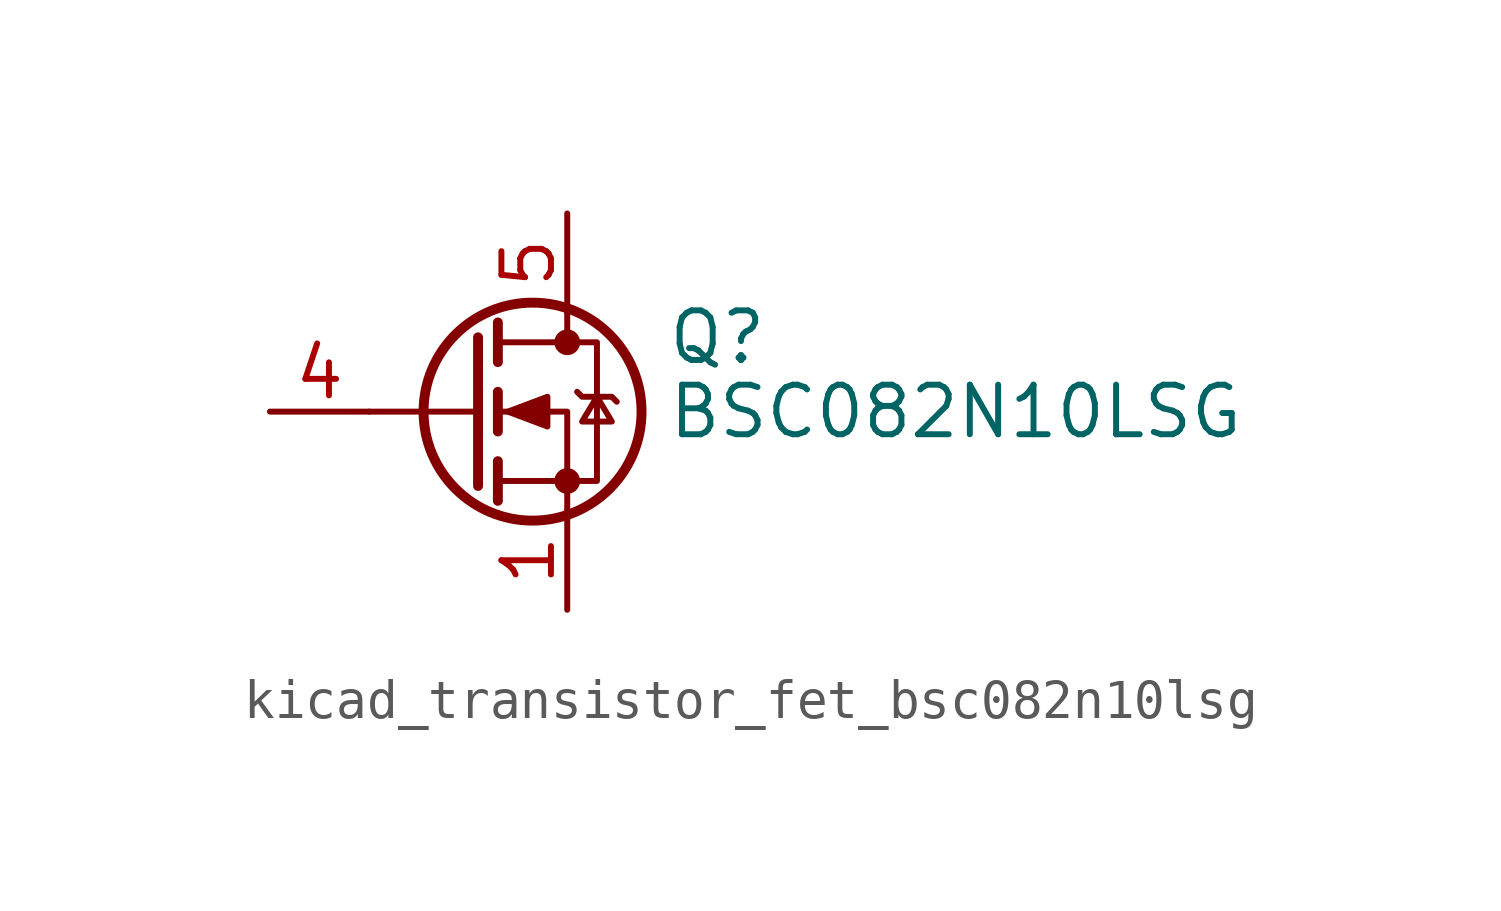
<source format=kicad_sym>
(kicad_symbol_lib
  (version 20220914)
  (generator kicad_symbol_editor)
  (symbol "kicad_transistor_fet_bsc082n10lsg"
    (pin_names hide)
    (property "Reference" "Q"
      (at 5.08 1.905 0)
      (effects (font (size 1.27 1.27)) (justify left)))
    (property "Value" "BSC082N10LSG"
      (at 5.08 0 0)
      (effects (font (size 1.27 1.27)) (justify left)))
    (symbol "kicad_transistor_fet_bsc082n10lsg_0_1"
      (polyline (pts (xy 0.254 0) (xy -2.54 0)) (stroke (width 0) (type default)) (fill (type none)))
      (polyline (pts (xy 0.254 1.905) (xy 0.254 -1.905)) (stroke (width 0.254) (type default)) (fill (type none)))
      (polyline (pts (xy 0.762 -1.27) (xy 0.762 -2.286)) (stroke (width 0.254) (type default)) (fill (type none)))
      (polyline (pts (xy 0.762 0.508) (xy 0.762 -0.508)) (stroke (width 0.254) (type default)) (fill (type none)))
      (polyline (pts (xy 0.762 2.286) (xy 0.762 1.27)) (stroke (width 0.254) (type default)) (fill (type none)))
      (polyline (pts (xy 2.54 2.54) (xy 2.54 1.778)) (stroke (width 0) (type default)) (fill (type none)))
      (polyline (pts (xy 2.54 -2.54) (xy 2.54 0) (xy 0.762 0)) (stroke (width 0) (type default)) (fill (type none)))
      (polyline (pts (xy 0.762 -1.778) (xy 3.302 -1.778) (xy 3.302 1.778) (xy 0.762 1.778)) (stroke (width 0) (type default)) (fill (type none)))
      (polyline (pts (xy 1.016 0) (xy 2.032 0.381) (xy 2.032 -0.381) (xy 1.016 0)) (stroke (width 0) (type default)) (fill (type outline)))
      (polyline (pts (xy 2.794 0.508) (xy 2.921 0.381) (xy 3.683 0.381) (xy 3.81 0.254)) (stroke (width 0) (type default)) (fill (type none)))
      (polyline (pts (xy 3.302 0.381) (xy 2.921 -0.254) (xy 3.683 -0.254) (xy 3.302 0.381)) (stroke (width 0) (type default)) (fill (type none)))
      (circle (center 1.651 0) (radius 2.794) (stroke (width 0.254) (type default)) (fill (type none)))
      (circle (center 2.54 -1.778) (radius 0.254) (stroke (width 0) (type default)) (fill (type outline)))
      (circle (center 2.54 1.778) (radius 0.254) (stroke (width 0) (type default)) (fill (type outline))))
    (symbol "kicad_transistor_fet_bsc082n10lsg_1_1"
      (pin passive line (at 2.54 -5.08 90) (length 2.54) (name "S" (effects (font (size 1.27 1.27)))) (number "1" (effects (font (size 1.27 1.27)))))
      (pin passive line (at 2.54 -5.08 90) (length 2.54) hide (name "S" (effects (font (size 1.27 1.27)))) (number "2" (effects (font (size 1.27 1.27)))))
      (pin passive line (at 2.54 -5.08 90) (length 2.54) hide (name "S" (effects (font (size 1.27 1.27)))) (number "3" (effects (font (size 1.27 1.27)))))
      (pin passive line (at -5.08 0 0) (length 2.54) (name "G" (effects (font (size 1.27 1.27)))) (number "4" (effects (font (size 1.27 1.27)))))
      (pin passive line (at 2.54 5.08 270) (length 2.54) (name "D" (effects (font (size 1.27 1.27)))) (number "5" (effects (font (size 1.27 1.27))))))))
</source>
